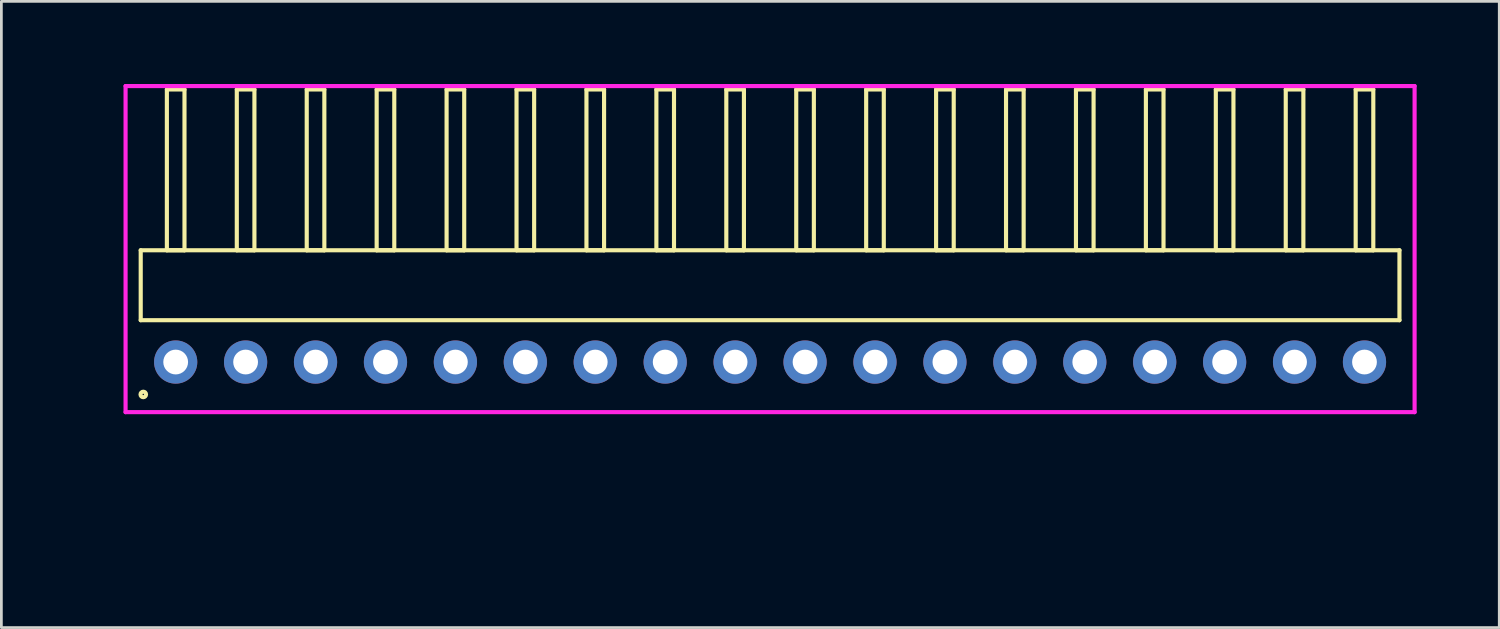
<source format=kicad_pcb>
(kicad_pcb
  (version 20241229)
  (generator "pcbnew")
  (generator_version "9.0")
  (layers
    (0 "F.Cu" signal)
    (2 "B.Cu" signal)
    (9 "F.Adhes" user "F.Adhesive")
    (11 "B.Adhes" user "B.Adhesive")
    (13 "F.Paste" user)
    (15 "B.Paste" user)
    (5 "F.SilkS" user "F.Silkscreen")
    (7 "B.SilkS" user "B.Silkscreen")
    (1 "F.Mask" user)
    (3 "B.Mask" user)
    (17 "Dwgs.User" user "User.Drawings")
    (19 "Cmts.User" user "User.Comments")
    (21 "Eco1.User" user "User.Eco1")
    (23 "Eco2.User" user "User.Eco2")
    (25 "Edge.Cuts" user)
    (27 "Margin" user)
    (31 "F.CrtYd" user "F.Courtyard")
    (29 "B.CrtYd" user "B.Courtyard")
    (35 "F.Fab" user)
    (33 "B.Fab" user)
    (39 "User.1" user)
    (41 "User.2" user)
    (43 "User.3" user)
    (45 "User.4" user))
  (footprint "HDR_RA254P18x1"
    (layer "F.Cu")
    (at 24.921 10.1)
    (property "Reference" "HDR_RA254P18x1" (at -24.16 0 90) (layer "User.1") (effects (font (size 1 1) (thickness 0.1))))
    (attr through_hole)
    (fp_line (start -22.86 -4.06) (end -22.86 -1.52) (stroke (width 0.15) (type solid)) (layer "F.SilkS"))
    (fp_line (start -22.86 -1.52) (end 22.86 -1.52) (stroke (width 0.15) (type solid)) (layer "F.SilkS"))
    (fp_line (start -21.91 -9.9) (end -21.91 -4.06) (stroke (width 0.15) (type solid)) (layer "F.SilkS"))
    (fp_line (start -21.91 -4.06) (end -21.27 -4.06) (stroke (width 0.15) (type solid)) (layer "F.SilkS"))
    (fp_line (start -21.27 -9.9) (end -21.91 -9.9) (stroke (width 0.15) (type solid)) (layer "F.SilkS"))
    (fp_line (start -21.27 -4.06) (end -21.27 -9.9) (stroke (width 0.15) (type solid)) (layer "F.SilkS"))
    (fp_line (start -19.37 -9.9) (end -19.37 -4.06) (stroke (width 0.15) (type solid)) (layer "F.SilkS"))
    (fp_line (start -19.37 -4.06) (end -18.73 -4.06) (stroke (width 0.15) (type solid)) (layer "F.SilkS"))
    (fp_line (start -18.73 -9.9) (end -19.37 -9.9) (stroke (width 0.15) (type solid)) (layer "F.SilkS"))
    (fp_line (start -18.73 -4.06) (end -18.73 -9.9) (stroke (width 0.15) (type solid)) (layer "F.SilkS"))
    (fp_line (start -16.83 -9.9) (end -16.83 -4.06) (stroke (width 0.15) (type solid)) (layer "F.SilkS"))
    (fp_line (start -16.83 -4.06) (end -16.19 -4.06) (stroke (width 0.15) (type solid)) (layer "F.SilkS"))
    (fp_line (start -16.19 -9.9) (end -16.83 -9.9) (stroke (width 0.15) (type solid)) (layer "F.SilkS"))
    (fp_line (start -16.19 -4.06) (end -16.19 -9.9) (stroke (width 0.15) (type solid)) (layer "F.SilkS"))
    (fp_line (start -14.29 -9.9) (end -14.29 -4.06) (stroke (width 0.15) (type solid)) (layer "F.SilkS"))
    (fp_line (start -14.29 -4.06) (end -13.65 -4.06) (stroke (width 0.15) (type solid)) (layer "F.SilkS"))
    (fp_line (start -13.65 -9.9) (end -14.29 -9.9) (stroke (width 0.15) (type solid)) (layer "F.SilkS"))
    (fp_line (start -13.65 -4.06) (end -13.65 -9.9) (stroke (width 0.15) (type solid)) (layer "F.SilkS"))
    (fp_line (start -11.75 -9.9) (end -11.75 -4.06) (stroke (width 0.15) (type solid)) (layer "F.SilkS"))
    (fp_line (start -11.75 -4.06) (end -11.11 -4.06) (stroke (width 0.15) (type solid)) (layer "F.SilkS"))
    (fp_line (start -11.11 -9.9) (end -11.75 -9.9) (stroke (width 0.15) (type solid)) (layer "F.SilkS"))
    (fp_line (start -11.11 -4.06) (end -11.11 -9.9) (stroke (width 0.15) (type solid)) (layer "F.SilkS"))
    (fp_line (start -9.21 -9.9) (end -9.21 -4.06) (stroke (width 0.15) (type solid)) (layer "F.SilkS"))
    (fp_line (start -9.21 -4.06) (end -8.57 -4.06) (stroke (width 0.15) (type solid)) (layer "F.SilkS"))
    (fp_line (start -8.57 -9.9) (end -9.21 -9.9) (stroke (width 0.15) (type solid)) (layer "F.SilkS"))
    (fp_line (start -8.57 -4.06) (end -8.57 -9.9) (stroke (width 0.15) (type solid)) (layer "F.SilkS"))
    (fp_line (start -6.67 -9.9) (end -6.67 -4.06) (stroke (width 0.15) (type solid)) (layer "F.SilkS"))
    (fp_line (start -6.67 -4.06) (end -6.03 -4.06) (stroke (width 0.15) (type solid)) (layer "F.SilkS"))
    (fp_line (start -6.03 -9.9) (end -6.67 -9.9) (stroke (width 0.15) (type solid)) (layer "F.SilkS"))
    (fp_line (start -6.03 -4.06) (end -6.03 -9.9) (stroke (width 0.15) (type solid)) (layer "F.SilkS"))
    (fp_line (start -4.13 -9.9) (end -4.13 -4.06) (stroke (width 0.15) (type solid)) (layer "F.SilkS"))
    (fp_line (start -4.13 -4.06) (end -3.49 -4.06) (stroke (width 0.15) (type solid)) (layer "F.SilkS"))
    (fp_line (start -3.49 -9.9) (end -4.13 -9.9) (stroke (width 0.15) (type solid)) (layer "F.SilkS"))
    (fp_line (start -3.49 -4.06) (end -3.49 -9.9) (stroke (width 0.15) (type solid)) (layer "F.SilkS"))
    (fp_line (start -1.59 -9.9) (end -1.59 -4.06) (stroke (width 0.15) (type solid)) (layer "F.SilkS"))
    (fp_line (start -1.59 -4.06) (end -0.95 -4.06) (stroke (width 0.15) (type solid)) (layer "F.SilkS"))
    (fp_line (start -0.95 -9.9) (end -1.59 -9.9) (stroke (width 0.15) (type solid)) (layer "F.SilkS"))
    (fp_line (start -0.95 -4.06) (end -0.95 -9.9) (stroke (width 0.15) (type solid)) (layer "F.SilkS"))
    (fp_line (start 0.95 -9.9) (end 0.95 -4.06) (stroke (width 0.15) (type solid)) (layer "F.SilkS"))
    (fp_line (start 0.95 -4.06) (end 1.59 -4.06) (stroke (width 0.15) (type solid)) (layer "F.SilkS"))
    (fp_line (start 1.59 -9.9) (end 0.95 -9.9) (stroke (width 0.15) (type solid)) (layer "F.SilkS"))
    (fp_line (start 1.59 -4.06) (end 1.59 -9.9) (stroke (width 0.15) (type solid)) (layer "F.SilkS"))
    (fp_line (start 3.49 -9.9) (end 3.49 -4.06) (stroke (width 0.15) (type solid)) (layer "F.SilkS"))
    (fp_line (start 3.49 -4.06) (end 4.13 -4.06) (stroke (width 0.15) (type solid)) (layer "F.SilkS"))
    (fp_line (start 4.13 -9.9) (end 3.49 -9.9) (stroke (width 0.15) (type solid)) (layer "F.SilkS"))
    (fp_line (start 4.13 -4.06) (end 4.13 -9.9) (stroke (width 0.15) (type solid)) (layer "F.SilkS"))
    (fp_line (start 6.03 -9.9) (end 6.03 -4.06) (stroke (width 0.15) (type solid)) (layer "F.SilkS"))
    (fp_line (start 6.03 -4.06) (end 6.67 -4.06) (stroke (width 0.15) (type solid)) (layer "F.SilkS"))
    (fp_line (start 6.67 -9.9) (end 6.03 -9.9) (stroke (width 0.15) (type solid)) (layer "F.SilkS"))
    (fp_line (start 6.67 -4.06) (end 6.67 -9.9) (stroke (width 0.15) (type solid)) (layer "F.SilkS"))
    (fp_line (start 8.57 -9.9) (end 8.57 -4.06) (stroke (width 0.15) (type solid)) (layer "F.SilkS"))
    (fp_line (start 8.57 -4.06) (end 9.21 -4.06) (stroke (width 0.15) (type solid)) (layer "F.SilkS"))
    (fp_line (start 9.21 -9.9) (end 8.57 -9.9) (stroke (width 0.15) (type solid)) (layer "F.SilkS"))
    (fp_line (start 9.21 -4.06) (end 9.21 -9.9) (stroke (width 0.15) (type solid)) (layer "F.SilkS"))
    (fp_line (start 11.11 -9.9) (end 11.11 -4.06) (stroke (width 0.15) (type solid)) (layer "F.SilkS"))
    (fp_line (start 11.11 -4.06) (end 11.75 -4.06) (stroke (width 0.15) (type solid)) (layer "F.SilkS"))
    (fp_line (start 11.75 -9.9) (end 11.11 -9.9) (stroke (width 0.15) (type solid)) (layer "F.SilkS"))
    (fp_line (start 11.75 -4.06) (end 11.75 -9.9) (stroke (width 0.15) (type solid)) (layer "F.SilkS"))
    (fp_line (start 13.65 -9.9) (end 13.65 -4.06) (stroke (width 0.15) (type solid)) (layer "F.SilkS"))
    (fp_line (start 13.65 -4.06) (end 14.29 -4.06) (stroke (width 0.15) (type solid)) (layer "F.SilkS"))
    (fp_line (start 14.29 -9.9) (end 13.65 -9.9) (stroke (width 0.15) (type solid)) (layer "F.SilkS"))
    (fp_line (start 14.29 -4.06) (end 14.29 -9.9) (stroke (width 0.15) (type solid)) (layer "F.SilkS"))
    (fp_line (start 16.19 -9.9) (end 16.19 -4.06) (stroke (width 0.15) (type solid)) (layer "F.SilkS"))
    (fp_line (start 16.19 -4.06) (end 16.83 -4.06) (stroke (width 0.15) (type solid)) (layer "F.SilkS"))
    (fp_line (start 16.83 -9.9) (end 16.19 -9.9) (stroke (width 0.15) (type solid)) (layer "F.SilkS"))
    (fp_line (start 16.83 -4.06) (end 16.83 -9.9) (stroke (width 0.15) (type solid)) (layer "F.SilkS"))
    (fp_line (start 18.73 -9.9) (end 18.73 -4.06) (stroke (width 0.15) (type solid)) (layer "F.SilkS"))
    (fp_line (start 18.73 -4.06) (end 19.37 -4.06) (stroke (width 0.15) (type solid)) (layer "F.SilkS"))
    (fp_line (start 19.37 -9.9) (end 18.73 -9.9) (stroke (width 0.15) (type solid)) (layer "F.SilkS"))
    (fp_line (start 19.37 -4.06) (end 19.37 -9.9) (stroke (width 0.15) (type solid)) (layer "F.SilkS"))
    (fp_line (start 21.27 -9.9) (end 21.27 -4.06) (stroke (width 0.15) (type solid)) (layer "F.SilkS"))
    (fp_line (start 21.27 -4.06) (end 21.91 -4.06) (stroke (width 0.15) (type solid)) (layer "F.SilkS"))
    (fp_line (start 21.91 -9.9) (end 21.27 -9.9) (stroke (width 0.15) (type solid)) (layer "F.SilkS"))
    (fp_line (start 21.91 -4.06) (end 21.91 -9.9) (stroke (width 0.15) (type solid)) (layer "F.SilkS"))
    (fp_line (start 22.86 -4.06) (end -22.86 -4.06) (stroke (width 0.15) (type solid)) (layer "F.SilkS"))
    (fp_line (start 22.86 -1.52) (end 22.86 -4.06) (stroke (width 0.15) (type solid)) (layer "F.SilkS"))
    (fp_circle (center -22.767 1.177) (end -22.667 1.177) (stroke (width 0.15) (type solid)) (fill no) (layer "F.SilkS"))
    (fp_line (start -23.41 -10.025) (end -23.41 1.82) (stroke (width 0.15) (type solid)) (layer "F.CrtYd"))
    (fp_line (start -23.41 1.82) (end 23.41 1.82) (stroke (width 0.15) (type solid)) (layer "F.CrtYd"))
    (fp_line (start 23.41 -10.025) (end -23.41 -10.025) (stroke (width 0.15) (type solid)) (layer "F.CrtYd"))
    (fp_line (start 23.41 1.82) (end 23.41 -10.025) (stroke (width 0.15) (type solid)) (layer "F.CrtYd"))
    (pad "1" thru_hole oval (at -21.59 0) (size 1.57 1.57) (drill 0.9) (layers "*.Cu" "*.Mask"))
    (pad "2" thru_hole oval (at -19.05 0) (size 1.57 1.57) (drill 0.9) (layers "*.Cu" "*.Mask"))
    (pad "3" thru_hole oval (at -16.51 0) (size 1.57 1.57) (drill 0.9) (layers "*.Cu" "*.Mask"))
    (pad "4" thru_hole oval (at -13.97 0) (size 1.57 1.57) (drill 0.9) (layers "*.Cu" "*.Mask"))
    (pad "5" thru_hole oval (at -11.43 0) (size 1.57 1.57) (drill 0.9) (layers "*.Cu" "*.Mask"))
    (pad "6" thru_hole oval (at -8.89 0) (size 1.57 1.57) (drill 0.9) (layers "*.Cu" "*.Mask"))
    (pad "7" thru_hole oval (at -6.35 0) (size 1.57 1.57) (drill 0.9) (layers "*.Cu" "*.Mask"))
    (pad "8" thru_hole oval (at -3.81 0) (size 1.57 1.57) (drill 0.9) (layers "*.Cu" "*.Mask"))
    (pad "9" thru_hole oval (at -1.27 0) (size 1.57 1.57) (drill 0.9) (layers "*.Cu" "*.Mask"))
    (pad "10" thru_hole oval (at 1.27 0) (size 1.57 1.57) (drill 0.9) (layers "*.Cu" "*.Mask"))
    (pad "11" thru_hole oval (at 3.81 0) (size 1.57 1.57) (drill 0.9) (layers "*.Cu" "*.Mask"))
    (pad "12" thru_hole oval (at 6.35 0) (size 1.57 1.57) (drill 0.9) (layers "*.Cu" "*.Mask"))
    (pad "13" thru_hole oval (at 8.89 0) (size 1.57 1.57) (drill 0.9) (layers "*.Cu" "*.Mask"))
    (pad "14" thru_hole oval (at 11.43 0) (size 1.57 1.57) (drill 0.9) (layers "*.Cu" "*.Mask"))
    (pad "15" thru_hole oval (at 13.97 0) (size 1.57 1.57) (drill 0.9) (layers "*.Cu" "*.Mask"))
    (pad "16" thru_hole oval (at 16.51 0) (size 1.57 1.57) (drill 0.9) (layers "*.Cu" "*.Mask"))
    (pad "17" thru_hole oval (at 19.05 0) (size 1.57 1.57) (drill 0.9) (layers "*.Cu" "*.Mask"))
    (pad "18" thru_hole oval (at 21.59 0) (size 1.57 1.57) (drill 0.9) (layers "*.Cu" "*.Mask")))
  (gr_rect
    (start -3 -3)
    (end 51.406 19.745)
    (stroke (width 0.1) (type default))
    (fill no)
    (layer "Edge.Cuts")))
</source>
